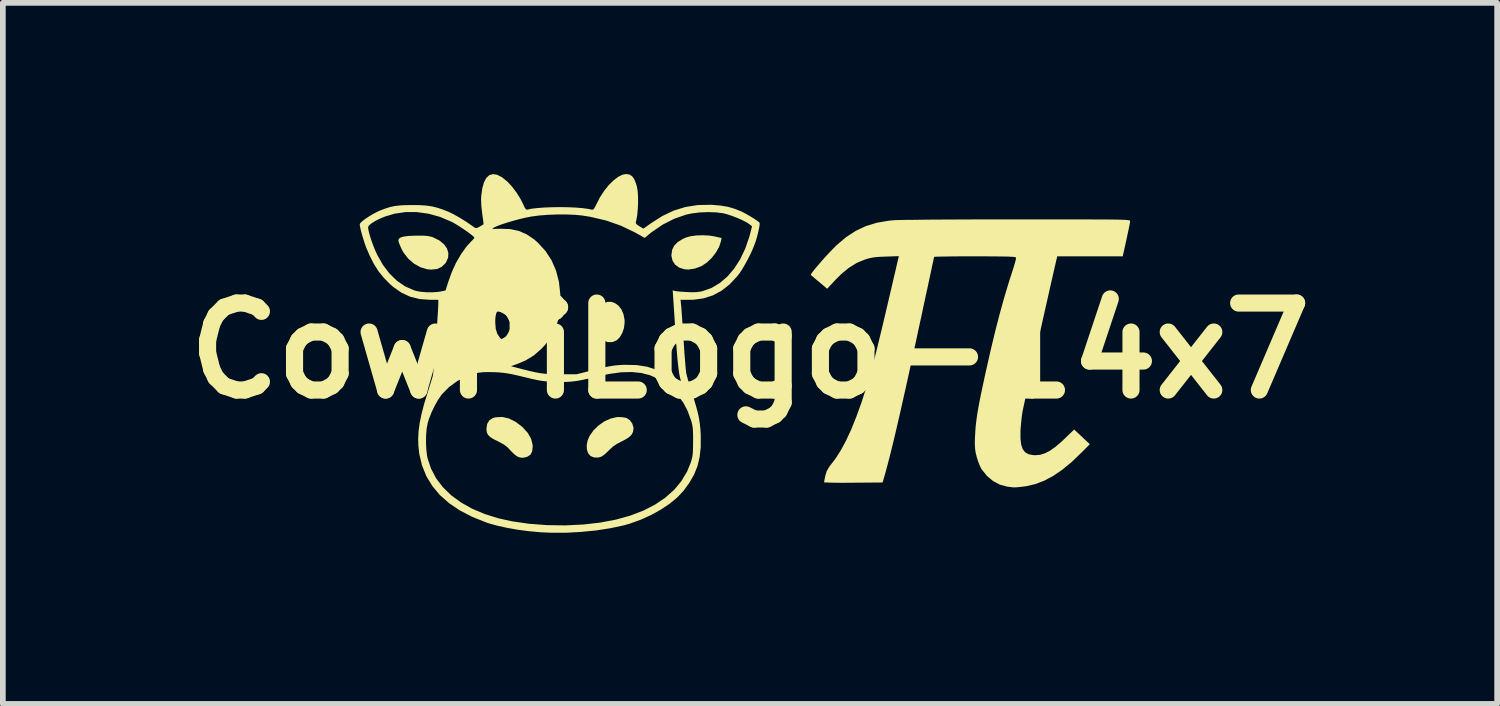
<source format=kicad_pcb>
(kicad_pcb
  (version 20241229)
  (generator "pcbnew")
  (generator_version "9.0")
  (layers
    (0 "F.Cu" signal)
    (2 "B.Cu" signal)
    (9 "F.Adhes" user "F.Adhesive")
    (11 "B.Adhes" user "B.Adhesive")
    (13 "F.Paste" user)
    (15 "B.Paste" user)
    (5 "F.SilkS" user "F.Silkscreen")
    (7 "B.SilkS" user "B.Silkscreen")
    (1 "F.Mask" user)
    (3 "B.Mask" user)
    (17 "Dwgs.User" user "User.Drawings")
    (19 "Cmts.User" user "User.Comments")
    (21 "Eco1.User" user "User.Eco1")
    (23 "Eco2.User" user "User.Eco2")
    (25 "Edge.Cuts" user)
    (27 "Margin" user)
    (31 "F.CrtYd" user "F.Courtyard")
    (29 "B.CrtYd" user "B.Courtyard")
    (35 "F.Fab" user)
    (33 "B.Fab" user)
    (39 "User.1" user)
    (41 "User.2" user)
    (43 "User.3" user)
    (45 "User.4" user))
  (footprint "CowPiLogo-14x7"
    (layer "F.Cu")
    (at 10.095 3.096)
    (property "Reference" "CowPiLogo-14x7" (at 0 0 0) (layer "F.SilkS") (effects (font (size 1.524 1.524) (thickness 0.3))))
    (attr board_only exclude_from_pos_files exclude_from_bom)
    (fp_poly (pts (xy -2.43 -0.855) (xy -2.364 -0.832) (xy -2.304 -0.787) (xy -2.254 -0.723) (xy -2.218 -0.64) (xy -2.199 -0.541) (xy -2.198 -0.492) (xy -2.209 -0.399) (xy -2.238 -0.311) (xy -2.282 -0.236) (xy -2.335 -0.183) (xy -2.341 -0.179) (xy -2.416 -0.15) (xy -2.495 -0.15) (xy -2.57 -0.177) (xy -2.578 -0.182) (xy -2.638 -0.241) (xy -2.682 -0.321) (xy -2.709 -0.416) (xy -2.718 -0.517) (xy -2.706 -0.617) (xy -2.677 -0.702) (xy -2.625 -0.781) (xy -2.564 -0.831) (xy -2.498 -0.856)) (stroke (width 0) (type solid)) (fill yes) (layer "F.SilkS"))
    (fp_poly (pts (xy -0.711 -2.017) (xy -0.625 -2.003) (xy -0.499 -1.975) (xy -0.51 -1.916) (xy -0.542 -1.819) (xy -0.598 -1.72) (xy -0.672 -1.625) (xy -0.757 -1.544) (xy -0.848 -1.484) (xy -0.856 -1.48) (xy -0.967 -1.439) (xy -1.076 -1.422) (xy -1.151 -1.427) (xy -1.242 -1.456) (xy -1.312 -1.507) (xy -1.358 -1.576) (xy -1.377 -1.659) (xy -1.378 -1.674) (xy -1.366 -1.764) (xy -1.329 -1.841) (xy -1.266 -1.905) (xy -1.173 -1.961) (xy -1.118 -1.985) (xy -1.037 -2.007) (xy -0.935 -2.02) (xy -0.823 -2.023)) (stroke (width 0) (type solid)) (fill yes) (layer "F.SilkS"))
    (fp_poly (pts (xy -5.744 -2.016) (xy -5.678 -2.013) (xy -5.626 -2.006) (xy -5.583 -1.996) (xy -5.542 -1.981) (xy -5.441 -1.929) (xy -5.363 -1.864) (xy -5.311 -1.791) (xy -5.287 -1.713) (xy -5.291 -1.632) (xy -5.326 -1.552) (xy -5.34 -1.531) (xy -5.407 -1.467) (xy -5.488 -1.431) (xy -5.587 -1.421) (xy -5.658 -1.427) (xy -5.776 -1.462) (xy -5.887 -1.524) (xy -5.987 -1.609) (xy -6.068 -1.712) (xy -6.102 -1.772) (xy -6.129 -1.832) (xy -6.151 -1.886) (xy -6.162 -1.923) (xy -6.163 -1.927) (xy -6.156 -1.959) (xy -6.126 -1.983) (xy -6.07 -2) (xy -5.986 -2.011) (xy -5.874 -2.016) (xy -5.835 -2.016)) (stroke (width 0) (type solid)) (fill yes) (layer "F.SilkS"))
    (fp_poly (pts (xy -2.245 1.165) (xy -2.187 1.174) (xy -2.159 1.182) (xy -2.105 1.22) (xy -2.063 1.279) (xy -2.043 1.347) (xy -2.042 1.363) (xy -2.051 1.425) (xy -2.08 1.478) (xy -2.132 1.525) (xy -2.211 1.571) (xy -2.243 1.587) (xy -2.329 1.631) (xy -2.399 1.678) (xy -2.466 1.739) (xy -2.483 1.756) (xy -2.547 1.817) (xy -2.601 1.855) (xy -2.654 1.872) (xy -2.713 1.873) (xy -2.741 1.869) (xy -2.797 1.845) (xy -2.837 1.798) (xy -2.859 1.734) (xy -2.862 1.657) (xy -2.846 1.574) (xy -2.812 1.494) (xy -2.744 1.397) (xy -2.656 1.311) (xy -2.554 1.24) (xy -2.445 1.19) (xy -2.337 1.165) (xy -2.308 1.163)) (stroke (width 0) (type solid)) (fill yes) (layer "F.SilkS"))
    (fp_poly (pts (xy -4.227 1.188) (xy -4.111 1.245) (xy -3.997 1.331) (xy -3.987 1.34) (xy -3.896 1.44) (xy -3.838 1.542) (xy -3.811 1.646) (xy -3.809 1.681) (xy -3.818 1.762) (xy -3.845 1.819) (xy -3.894 1.854) (xy -3.92 1.864) (xy -3.967 1.875) (xy -4 1.877) (xy -4.038 1.87) (xy -4.06 1.863) (xy -4.097 1.843) (xy -4.145 1.803) (xy -4.195 1.752) (xy -4.255 1.689) (xy -4.318 1.642) (xy -4.397 1.6) (xy -4.405 1.595) (xy -4.492 1.552) (xy -4.553 1.514) (xy -4.591 1.476) (xy -4.612 1.435) (xy -4.619 1.385) (xy -4.62 1.367) (xy -4.607 1.284) (xy -4.57 1.222) (xy -4.508 1.181) (xy -4.457 1.167) (xy -4.343 1.162)) (stroke (width 0) (type solid)) (fill yes) (layer "F.SilkS"))
    (fp_poly (pts (xy 5.239 -2.301) (xy 5.474 -2.301) (xy 5.682 -2.301) (xy 5.864 -2.301) (xy 6.022 -2.3) (xy 6.157 -2.3) (xy 6.272 -2.299) (xy 6.368 -2.298) (xy 6.447 -2.297) (xy 6.511 -2.295) (xy 6.56 -2.293) (xy 6.598 -2.291) (xy 6.625 -2.288) (xy 6.643 -2.285) (xy 6.654 -2.282) (xy 6.66 -2.278) (xy 6.662 -2.274) (xy 6.662 -2.272) (xy 6.659 -2.246) (xy 6.649 -2.193) (xy 6.633 -2.115) (xy 6.612 -2.018) (xy 6.588 -1.904) (xy 6.56 -1.778) (xy 6.54 -1.69) (xy 6.532 -1.653) (xy 5.384 -1.653) (xy 5.351 -1.512) (xy 5.327 -1.407) (xy 5.299 -1.283) (xy 5.266 -1.14) (xy 5.231 -0.983) (xy 5.193 -0.815) (xy 5.153 -0.638) (xy 5.112 -0.455) (xy 5.07 -0.269) (xy 5.029 -0.084) (xy 4.988 0.097) (xy 4.95 0.272) (xy 4.913 0.438) (xy 4.879 0.592) (xy 4.849 0.73) (xy 4.822 0.849) (xy 4.801 0.948) (xy 4.785 1.021) (xy 4.776 1.068) (xy 4.774 1.078) (xy 4.762 1.159) (xy 4.752 1.257) (xy 4.743 1.357) (xy 4.74 1.41) (xy 4.74 1.542) (xy 4.752 1.647) (xy 4.779 1.725) (xy 4.821 1.78) (xy 4.881 1.815) (xy 4.96 1.83) (xy 5.001 1.832) (xy 5.086 1.824) (xy 5.17 1.798) (xy 5.257 1.753) (xy 5.353 1.685) (xy 5.46 1.594) (xy 5.507 1.549) (xy 5.681 1.382) (xy 5.818 1.51) (xy 5.955 1.639) (xy 5.81 1.785) (xy 5.638 1.95) (xy 5.474 2.085) (xy 5.315 2.194) (xy 5.16 2.277) (xy 5.004 2.337) (xy 4.845 2.374) (xy 4.781 2.383) (xy 4.71 2.391) (xy 4.661 2.395) (xy 4.622 2.396) (xy 4.581 2.392) (xy 4.528 2.385) (xy 4.501 2.381) (xy 4.376 2.347) (xy 4.259 2.284) (xy 4.153 2.196) (xy 4.065 2.086) (xy 4.046 2.056) (xy 4.022 2.004) (xy 3.995 1.934) (xy 3.972 1.86) (xy 3.969 1.846) (xy 3.954 1.784) (xy 3.945 1.728) (xy 3.941 1.669) (xy 3.94 1.599) (xy 3.943 1.506) (xy 3.944 1.491) (xy 3.949 1.403) (xy 3.956 1.314) (xy 3.967 1.222) (xy 3.981 1.121) (xy 4 1.009) (xy 4.024 0.88) (xy 4.054 0.731) (xy 4.091 0.558) (xy 4.126 0.395) (xy 4.211 0.019) (xy 4.294 -0.328) (xy 4.376 -0.647) (xy 4.458 -0.941) (xy 4.54 -1.213) (xy 4.595 -1.384) (xy 4.621 -1.465) (xy 4.642 -1.536) (xy 4.657 -1.592) (xy 4.662 -1.625) (xy 4.662 -1.631) (xy 4.655 -1.636) (xy 4.638 -1.641) (xy 4.609 -1.645) (xy 4.563 -1.647) (xy 4.5 -1.65) (xy 4.416 -1.651) (xy 4.308 -1.652) (xy 4.174 -1.653) (xy 4.011 -1.653) (xy 3.939 -1.653) (xy 3.791 -1.653) (xy 3.653 -1.653) (xy 3.528 -1.652) (xy 3.421 -1.65) (xy 3.334 -1.649) (xy 3.27 -1.647) (xy 3.234 -1.645) (xy 3.226 -1.644) (xy 3.222 -1.627) (xy 3.213 -1.581) (xy 3.197 -1.507) (xy 3.176 -1.409) (xy 3.15 -1.288) (xy 3.12 -1.146) (xy 3.085 -0.987) (xy 3.047 -0.811) (xy 3.007 -0.622) (xy 2.963 -0.421) (xy 2.918 -0.211) (xy 2.917 -0.205) (xy 2.838 0.155) (xy 2.766 0.485) (xy 2.699 0.785) (xy 2.638 1.056) (xy 2.582 1.3) (xy 2.531 1.518) (xy 2.484 1.711) (xy 2.442 1.879) (xy 2.404 2.024) (xy 2.37 2.148) (xy 2.361 2.18) (xy 2.323 2.31) (xy 1.81 2.314) (xy 1.684 2.315) (xy 1.57 2.315) (xy 1.471 2.314) (xy 1.391 2.312) (xy 1.333 2.31) (xy 1.302 2.308) (xy 1.297 2.306) (xy 1.301 2.285) (xy 1.309 2.242) (xy 1.32 2.191) (xy 1.345 2.109) (xy 1.385 2.04) (xy 1.405 2.013) (xy 1.502 1.886) (xy 1.595 1.739) (xy 1.686 1.57) (xy 1.775 1.377) (xy 1.863 1.158) (xy 1.952 0.912) (xy 2.041 0.637) (xy 2.115 0.389) (xy 2.136 0.311) (xy 2.164 0.205) (xy 2.197 0.078) (xy 2.233 -0.067) (xy 2.271 -0.224) (xy 2.311 -0.389) (xy 2.351 -0.557) (xy 2.382 -0.689) (xy 2.419 -0.846) (xy 2.454 -0.997) (xy 2.487 -1.137) (xy 2.516 -1.264) (xy 2.542 -1.373) (xy 2.562 -1.461) (xy 2.577 -1.525) (xy 2.585 -1.561) (xy 2.586 -1.562) (xy 2.608 -1.657) (xy 2.378 -1.649) (xy 2.275 -1.645) (xy 2.196 -1.639) (xy 2.131 -1.629) (xy 2.071 -1.615) (xy 2.015 -1.598) (xy 1.872 -1.539) (xy 1.733 -1.453) (xy 1.596 -1.34) (xy 1.495 -1.239) (xy 1.352 -1.085) (xy 1.215 -1.201) (xy 1.158 -1.248) (xy 1.111 -1.289) (xy 1.077 -1.317) (xy 1.065 -1.328) (xy 1.071 -1.344) (xy 1.095 -1.379) (xy 1.135 -1.43) (xy 1.187 -1.492) (xy 1.247 -1.561) (xy 1.311 -1.634) (xy 1.378 -1.706) (xy 1.442 -1.773) (xy 1.5 -1.832) (xy 1.52 -1.851) (xy 1.684 -1.99) (xy 1.851 -2.099) (xy 2.026 -2.182) (xy 2.216 -2.241) (xy 2.424 -2.277) (xy 2.507 -2.285) (xy 2.55 -2.288) (xy 2.624 -2.29) (xy 2.727 -2.292) (xy 2.857 -2.293) (xy 3.011 -2.295) (xy 3.189 -2.297) (xy 3.388 -2.298) (xy 3.606 -2.299) (xy 3.842 -2.3) (xy 4.094 -2.301) (xy 4.359 -2.301) (xy 4.637 -2.301) (xy 4.68 -2.301) (xy 4.975 -2.301)) (stroke (width 0) (type solid)) (fill yes) (layer "F.SilkS"))
    (fp_poly (pts (xy -2.114 -3.087) (xy -2.068 -3.059) (xy -2.03 -3.008) (xy -1.999 -2.93) (xy -1.983 -2.877) (xy -1.97 -2.802) (xy -1.963 -2.704) (xy -1.962 -2.594) (xy -1.967 -2.482) (xy -1.977 -2.376) (xy -1.993 -2.287) (xy -2.002 -2.253) (xy -2 -2.23) (xy -1.977 -2.205) (xy -1.94 -2.181) (xy -1.868 -2.139) (xy -1.732 -2.236) (xy -1.536 -2.361) (xy -1.337 -2.455) (xy -1.133 -2.518) (xy -0.92 -2.552) (xy -0.695 -2.557) (xy -0.666 -2.556) (xy -0.515 -2.543) (xy -0.385 -2.521) (xy -0.264 -2.485) (xy -0.152 -2.44) (xy -0.093 -2.41) (xy -0.027 -2.373) (xy 0.039 -2.334) (xy 0.098 -2.296) (xy 0.143 -2.264) (xy 0.167 -2.242) (xy 0.168 -2.241) (xy 0.169 -2.217) (xy 0.163 -2.17) (xy 0.15 -2.107) (xy 0.133 -2.035) (xy 0.113 -1.961) (xy 0.097 -1.909) (xy 0.057 -1.804) (xy 0.005 -1.687) (xy -0.056 -1.569) (xy -0.119 -1.457) (xy -0.181 -1.36) (xy -0.227 -1.301) (xy -0.361 -1.159) (xy -0.502 -1.049) (xy -0.652 -0.969) (xy -0.814 -0.917) (xy -0.989 -0.893) (xy -1.061 -0.892) (xy -1.218 -0.892) (xy -1.209 -0.806) (xy -1.205 -0.769) (xy -1.2 -0.704) (xy -1.194 -0.617) (xy -1.187 -0.511) (xy -1.178 -0.391) (xy -1.17 -0.263) (xy -1.166 -0.204) (xy -1.157 -0.074) (xy -1.149 0.05) (xy -1.14 0.161) (xy -1.132 0.257) (xy -1.125 0.332) (xy -1.12 0.381) (xy -1.118 0.393) (xy -1.107 0.438) (xy -1.089 0.505) (xy -1.065 0.587) (xy -1.037 0.675) (xy -1.028 0.703) (xy -0.981 0.853) (xy -0.944 0.98) (xy -0.915 1.088) (xy -0.894 1.186) (xy -0.88 1.279) (xy -0.87 1.373) (xy -0.864 1.475) (xy -0.864 1.492) (xy -0.864 1.689) (xy -0.883 1.864) (xy -0.921 2.023) (xy -0.981 2.172) (xy -1.065 2.318) (xy -1.166 2.456) (xy -1.272 2.569) (xy -1.404 2.679) (xy -1.559 2.783) (xy -1.73 2.878) (xy -1.912 2.961) (xy -2.1 3.029) (xy -2.214 3.062) (xy -2.443 3.111) (xy -2.693 3.15) (xy -2.956 3.176) (xy -3.223 3.191) (xy -3.484 3.191) (xy -3.68 3.182) (xy -3.873 3.164) (xy -4.066 3.139) (xy -4.252 3.106) (xy -4.423 3.069) (xy -4.572 3.028) (xy -4.617 3.013) (xy -4.865 2.914) (xy -5.084 2.801) (xy -5.274 2.673) (xy -5.436 2.53) (xy -5.568 2.372) (xy -5.673 2.199) (xy -5.749 2.011) (xy -5.797 1.808) (xy -5.812 1.673) (xy -5.814 1.612) (xy -5.679 1.612) (xy -5.673 1.735) (xy -5.66 1.845) (xy -5.651 1.888) (xy -5.59 2.069) (xy -5.501 2.238) (xy -5.383 2.393) (xy -5.238 2.534) (xy -5.067 2.659) (xy -4.872 2.769) (xy -4.652 2.862) (xy -4.41 2.938) (xy -4.174 2.99) (xy -3.878 3.033) (xy -3.565 3.057) (xy -3.244 3.062) (xy -2.927 3.047) (xy -2.924 3.047) (xy -2.628 3.013) (xy -2.352 2.961) (xy -2.1 2.891) (xy -1.87 2.803) (xy -1.665 2.698) (xy -1.485 2.576) (xy -1.33 2.439) (xy -1.203 2.286) (xy -1.103 2.118) (xy -1.042 1.969) (xy -1.025 1.916) (xy -1.013 1.868) (xy -1.005 1.819) (xy -1.001 1.761) (xy -0.999 1.685) (xy -0.998 1.589) (xy -0.998 1.487) (xy -1 1.41) (xy -1.005 1.35) (xy -1.012 1.3) (xy -1.024 1.251) (xy -1.035 1.216) (xy -1.095 1.053) (xy -1.168 0.913) (xy -1.261 0.787) (xy -1.345 0.696) (xy -1.472 0.583) (xy -1.607 0.495) (xy -1.75 0.431) (xy -1.905 0.391) (xy -2.074 0.374) (xy -2.26 0.379) (xy -2.465 0.407) (xy -2.673 0.452) (xy -2.817 0.486) (xy -2.937 0.512) (xy -3.04 0.531) (xy -3.134 0.542) (xy -3.226 0.548) (xy -3.323 0.549) (xy -3.426 0.546) (xy -3.514 0.542) (xy -3.59 0.536) (xy -3.662 0.527) (xy -3.738 0.513) (xy -3.827 0.494) (xy -3.938 0.467) (xy -3.963 0.461) (xy -4.08 0.433) (xy -4.175 0.412) (xy -4.254 0.398) (xy -4.326 0.388) (xy -4.399 0.381) (xy -4.482 0.377) (xy -4.589 0.375) (xy -4.673 0.377) (xy -4.743 0.384) (xy -4.806 0.396) (xy -4.972 0.451) (xy -5.131 0.533) (xy -5.275 0.638) (xy -5.398 0.762) (xy -5.407 0.774) (xy -5.467 0.86) (xy -5.527 0.967) (xy -5.583 1.083) (xy -5.628 1.198) (xy -5.65 1.272) (xy -5.668 1.369) (xy -5.677 1.486) (xy -5.679 1.612) (xy -5.814 1.612) (xy -5.816 1.544) (xy -5.809 1.41) (xy -5.79 1.268) (xy -5.758 1.112) (xy -5.713 0.938) (xy -5.652 0.74) (xy -5.649 0.729) (xy -5.622 0.644) (xy -5.597 0.564) (xy -5.576 0.498) (xy -5.562 0.452) (xy -5.561 0.446) (xy -5.556 0.418) (xy -5.55 0.363) (xy -5.543 0.284) (xy -5.534 0.186) (xy -5.525 0.074) (xy -5.515 -0.048) (xy -5.505 -0.175) (xy -5.496 -0.304) (xy -5.487 -0.429) (xy -5.482 -0.495) (xy -4.465 -0.495) (xy -4.457 -0.385) (xy -4.43 -0.297) (xy -4.383 -0.226) (xy -4.358 -0.201) (xy -4.319 -0.17) (xy -4.28 -0.154) (xy -4.228 -0.148) (xy -4.203 -0.147) (xy -4.152 -0.152) (xy -4.109 -0.171) (xy -4.075 -0.198) (xy -4.014 -0.266) (xy -3.976 -0.345) (xy -3.958 -0.441) (xy -3.955 -0.499) (xy -3.966 -0.612) (xy -3.997 -0.707) (xy -4.046 -0.781) (xy -4.111 -0.831) (xy -4.192 -0.855) (xy -4.193 -0.855) (xy -4.273 -0.849) (xy -4.341 -0.814) (xy -4.398 -0.75) (xy -4.424 -0.705) (xy -4.447 -0.656) (xy -4.459 -0.607) (xy -4.465 -0.548) (xy -4.465 -0.495) (xy -5.482 -0.495) (xy -5.479 -0.546) (xy -5.472 -0.651) (xy -5.467 -0.739) (xy -5.464 -0.805) (xy -5.463 -0.839) (xy -5.463 -0.892) (xy -5.613 -0.892) (xy -5.792 -0.905) (xy -5.957 -0.946) (xy -6.11 -1.017) (xy -6.254 -1.118) (xy -6.313 -1.17) (xy -6.42 -1.279) (xy -6.512 -1.393) (xy -6.592 -1.519) (xy -6.666 -1.665) (xy -6.726 -1.805) (xy -6.752 -1.877) (xy -6.778 -1.958) (xy -6.803 -2.041) (xy -6.823 -2.117) (xy -6.832 -2.162) (xy -6.694 -2.162) (xy -6.688 -2.113) (xy -6.67 -2.042) (xy -6.644 -1.956) (xy -6.611 -1.863) (xy -6.575 -1.771) (xy -6.537 -1.686) (xy -6.533 -1.678) (xy -6.432 -1.5) (xy -6.316 -1.349) (xy -6.187 -1.224) (xy -6.045 -1.127) (xy -5.893 -1.06) (xy -5.848 -1.046) (xy -5.768 -1.032) (xy -5.67 -1.024) (xy -5.566 -1.023) (xy -5.47 -1.03) (xy -5.416 -1.038) (xy -5.336 -1.056) (xy -5.292 -1.196) (xy -5.228 -1.375) (xy -5.151 -1.543) (xy -5.063 -1.694) (xy -4.97 -1.824) (xy -4.897 -1.904) (xy -4.861 -1.941) (xy -4.837 -1.969) (xy -4.83 -1.98) (xy -4.843 -1.997) (xy -4.879 -2.028) (xy -4.931 -2.068) (xy -4.995 -2.113) (xy -5.034 -2.139) (xy -4.515 -2.139) (xy -4.505 -2.135) (xy -4.473 -2.134) (xy -4.414 -2.136) (xy -4.369 -2.137) (xy -4.203 -2.131) (xy -4.054 -2.099) (xy -3.918 -2.041) (xy -3.787 -1.953) (xy -3.718 -1.893) (xy -3.585 -1.747) (xy -3.478 -1.584) (xy -3.4 -1.403) (xy -3.349 -1.206) (xy -3.325 -0.991) (xy -3.323 -0.908) (xy -3.332 -0.712) (xy -3.362 -0.539) (xy -3.414 -0.383) (xy -3.489 -0.24) (xy -3.589 -0.105) (xy -3.653 -0.036) (xy -3.787 0.082) (xy -3.937 0.173) (xy -4.069 0.229) (xy -4.19 0.272) (xy -4.125 0.289) (xy -3.987 0.325) (xy -3.873 0.354) (xy -3.779 0.375) (xy -3.697 0.391) (xy -3.623 0.401) (xy -3.549 0.408) (xy -3.471 0.411) (xy -3.381 0.412) (xy -3.331 0.413) (xy -3.039 0.413) (xy -2.723 0.334) (xy -2.606 0.305) (xy -2.513 0.284) (xy -2.435 0.269) (xy -2.365 0.259) (xy -2.296 0.253) (xy -2.219 0.248) (xy -2.196 0.248) (xy -1.991 0.252) (xy -1.804 0.281) (xy -1.633 0.336) (xy -1.474 0.418) (xy -1.323 0.528) (xy -1.266 0.579) (xy -1.219 0.623) (xy -1.181 0.658) (xy -1.159 0.677) (xy -1.155 0.68) (xy -1.159 0.667) (xy -1.172 0.634) (xy -1.182 0.611) (xy -1.2 0.565) (xy -1.216 0.517) (xy -1.229 0.462) (xy -1.242 0.397) (xy -1.253 0.319) (xy -1.264 0.225) (xy -1.275 0.111) (xy -1.286 -0.026) (xy -1.298 -0.188) (xy -1.31 -0.37) (xy -1.355 -1.056) (xy -1.313 -1.046) (xy -1.28 -1.041) (xy -1.224 -1.035) (xy -1.153 -1.03) (xy -1.102 -1.027) (xy -1.005 -1.024) (xy -0.928 -1.027) (xy -0.861 -1.037) (xy -0.827 -1.045) (xy -0.672 -1.101) (xy -0.528 -1.187) (xy -0.395 -1.301) (xy -0.276 -1.441) (xy -0.172 -1.604) (xy -0.083 -1.791) (xy -0.012 -1.998) (xy 0.002 -2.05) (xy 0.035 -2.179) (xy -0.003 -2.211) (xy -0.055 -2.246) (xy -0.13 -2.285) (xy -0.219 -2.325) (xy -0.313 -2.361) (xy -0.402 -2.391) (xy -0.469 -2.408) (xy -0.592 -2.424) (xy -0.733 -2.429) (xy -0.879 -2.423) (xy -1.018 -2.406) (xy -1.122 -2.384) (xy -1.328 -2.312) (xy -1.529 -2.21) (xy -1.721 -2.08) (xy -1.77 -2.04) (xy -1.846 -1.977) (xy -2.02 -2.074) (xy -2.261 -2.19) (xy -2.52 -2.281) (xy -2.799 -2.346) (xy -2.934 -2.368) (xy -3.064 -2.381) (xy -3.216 -2.387) (xy -3.379 -2.387) (xy -3.543 -2.381) (xy -3.698 -2.369) (xy -3.832 -2.351) (xy -3.834 -2.351) (xy -3.934 -2.331) (xy -4.044 -2.305) (xy -4.159 -2.274) (xy -4.269 -2.241) (xy -4.367 -2.209) (xy -4.446 -2.178) (xy -4.485 -2.159) (xy -4.507 -2.147) (xy -4.515 -2.139) (xy -5.034 -2.139) (xy -5.064 -2.159) (xy -5.134 -2.204) (xy -5.199 -2.242) (xy -5.238 -2.262) (xy -5.434 -2.345) (xy -5.636 -2.401) (xy -5.839 -2.429) (xy -6.04 -2.429) (xy -6.234 -2.4) (xy -6.4 -2.35) (xy -6.5 -2.308) (xy -6.583 -2.265) (xy -6.645 -2.224) (xy -6.684 -2.188) (xy -6.694 -2.162) (xy -6.832 -2.162) (xy -6.836 -2.179) (xy -6.84 -2.216) (xy -6.827 -2.24) (xy -6.79 -2.274) (xy -6.736 -2.315) (xy -6.67 -2.358) (xy -6.599 -2.4) (xy -6.527 -2.437) (xy -6.492 -2.453) (xy -6.398 -2.489) (xy -6.314 -2.516) (xy -6.232 -2.534) (xy -6.141 -2.545) (xy -6.035 -2.551) (xy -5.925 -2.552) (xy -5.788 -2.551) (xy -5.675 -2.543) (xy -5.575 -2.529) (xy -5.479 -2.505) (xy -5.378 -2.471) (xy -5.286 -2.435) (xy -5.193 -2.39) (xy -5.084 -2.328) (xy -4.967 -2.255) (xy -4.85 -2.174) (xy -4.836 -2.164) (xy -4.812 -2.149) (xy -4.789 -2.15) (xy -4.755 -2.165) (xy -4.739 -2.174) (xy -4.7 -2.197) (xy -4.675 -2.211) (xy -4.672 -2.214) (xy -4.672 -2.23) (xy -4.676 -2.272) (xy -4.684 -2.333) (xy -4.694 -2.401) (xy -4.709 -2.537) (xy -4.714 -2.655) (xy -4.711 -2.707) (xy -4.693 -2.844) (xy -4.663 -2.951) (xy -4.621 -3.029) (xy -4.568 -3.077) (xy -4.504 -3.095) (xy -4.431 -3.083) (xy -4.348 -3.04) (xy -4.256 -2.966) (xy -4.252 -2.963) (xy -4.171 -2.875) (xy -4.09 -2.768) (xy -4.02 -2.655) (xy -3.97 -2.554) (xy -3.945 -2.5) (xy -3.923 -2.474) (xy -3.907 -2.471) (xy -3.83 -2.488) (xy -3.726 -2.5) (xy -3.604 -2.509) (xy -3.469 -2.514) (xy -3.328 -2.516) (xy -3.187 -2.514) (xy -3.053 -2.508) (xy -2.932 -2.498) (xy -2.832 -2.484) (xy -2.768 -2.47) (xy -2.75 -2.473) (xy -2.73 -2.495) (xy -2.704 -2.543) (xy -2.693 -2.566) (xy -2.63 -2.689) (xy -2.557 -2.801) (xy -2.477 -2.901) (xy -2.394 -2.983) (xy -2.312 -3.046) (xy -2.234 -3.085) (xy -2.172 -3.096)) (stroke (width 0) (type solid)) (fill yes) (layer "F.SilkS")))
  (gr_rect
    (start -3 -3)
    (end 23.189 9.287)
    (stroke (width 0.1) (type default))
    (fill no)
    (layer "Edge.Cuts")))
</source>
